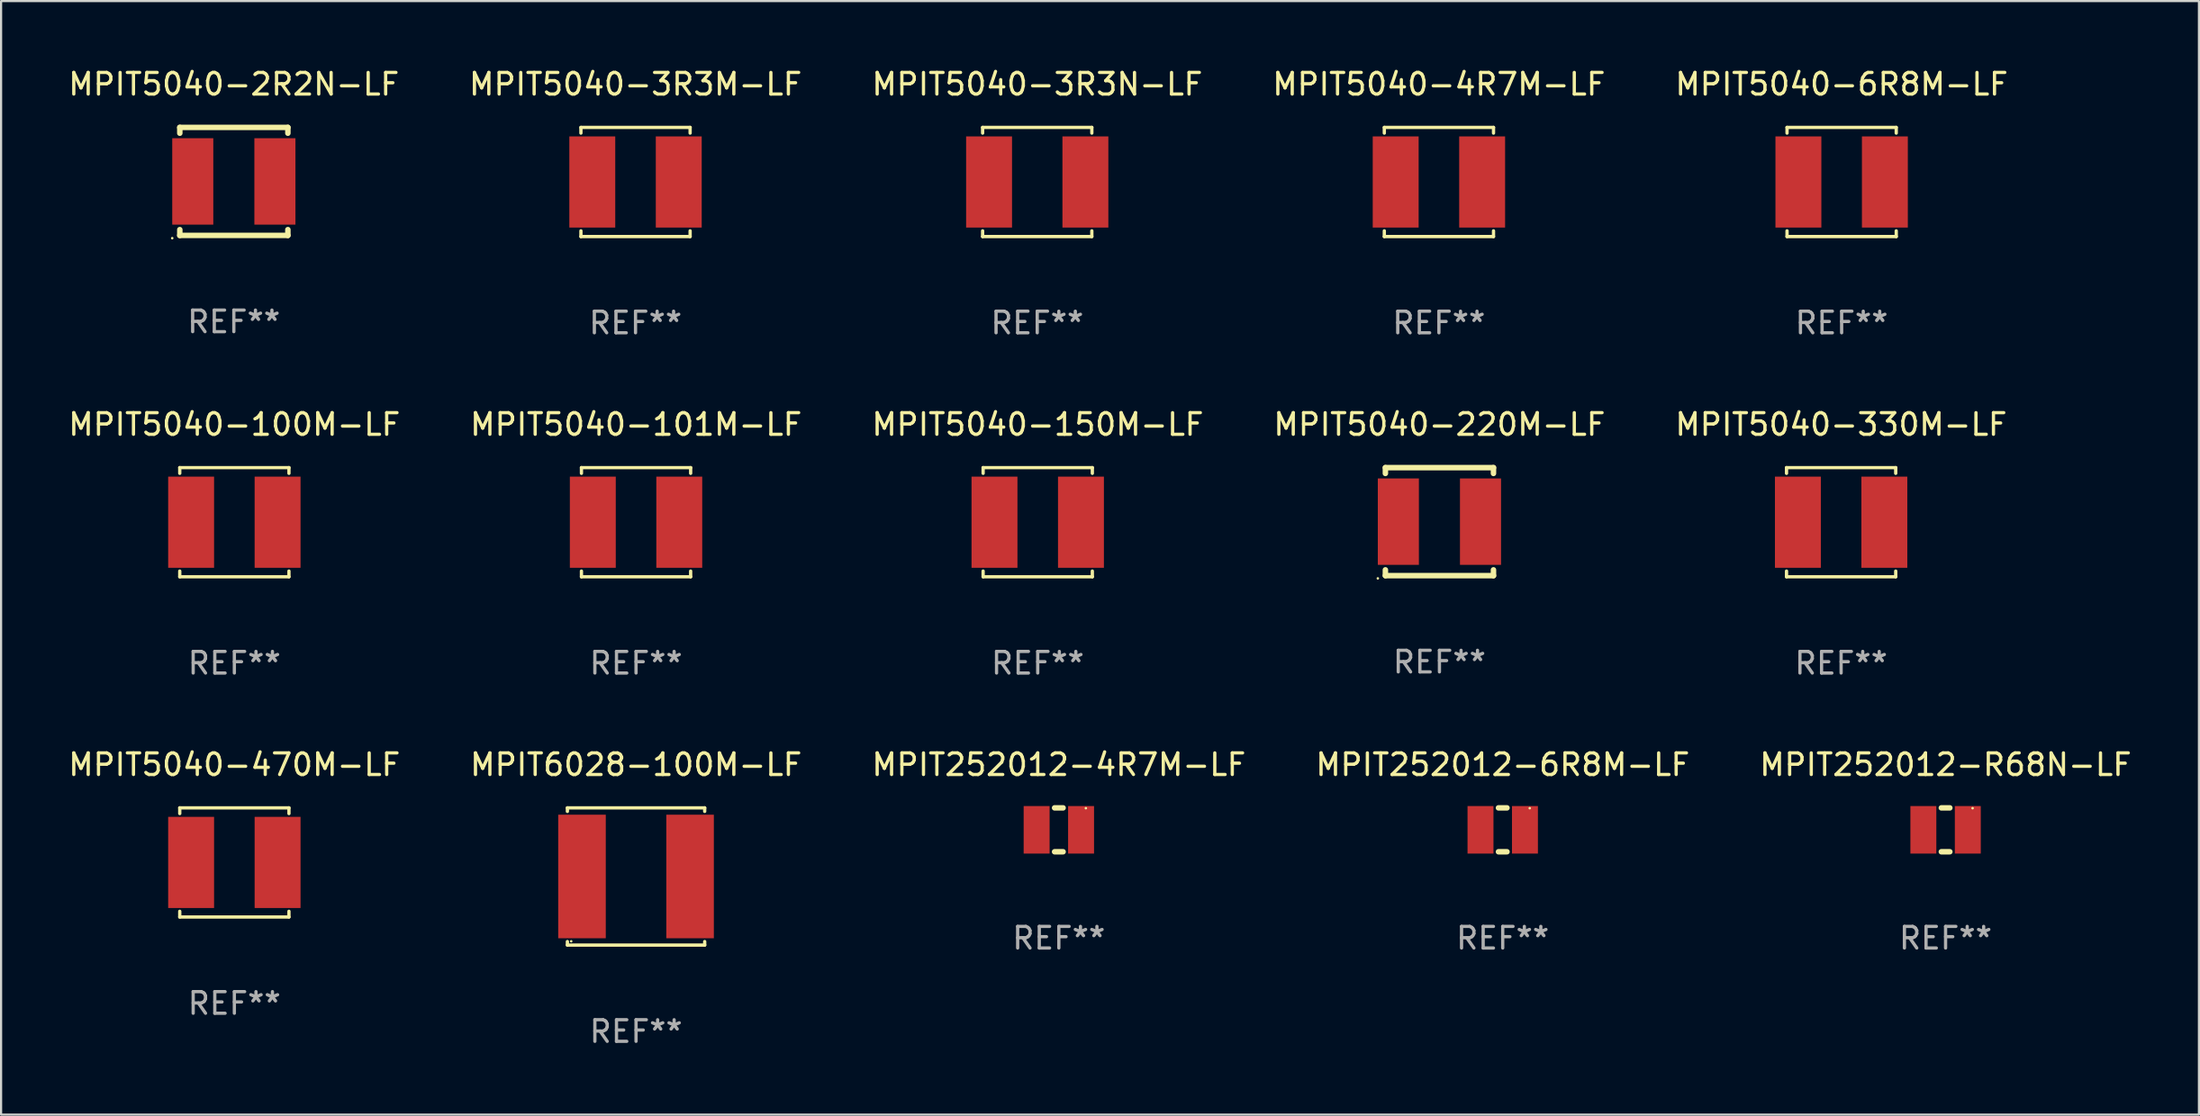
<source format=kicad_pcb>
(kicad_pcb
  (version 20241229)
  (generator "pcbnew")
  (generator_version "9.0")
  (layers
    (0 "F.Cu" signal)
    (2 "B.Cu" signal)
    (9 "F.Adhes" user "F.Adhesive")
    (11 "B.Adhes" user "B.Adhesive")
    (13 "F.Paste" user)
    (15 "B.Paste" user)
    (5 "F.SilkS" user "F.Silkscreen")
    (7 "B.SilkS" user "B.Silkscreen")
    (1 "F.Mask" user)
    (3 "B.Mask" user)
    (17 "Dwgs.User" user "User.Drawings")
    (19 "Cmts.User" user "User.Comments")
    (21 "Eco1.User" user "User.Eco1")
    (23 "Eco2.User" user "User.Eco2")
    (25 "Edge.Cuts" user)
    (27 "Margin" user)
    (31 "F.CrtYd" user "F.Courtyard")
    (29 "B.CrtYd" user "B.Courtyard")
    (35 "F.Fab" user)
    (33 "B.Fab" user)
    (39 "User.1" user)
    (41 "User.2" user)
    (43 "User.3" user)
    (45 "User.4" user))
  (footprint "MPIT5040-101M-LF"
    (layer "F.Cu")
    (at 26.375 21.123)
    (property "Reference" "MPIT5040-101M-LF" (at 0 -4.526 0) (layer "F.SilkS") (effects (font (size 1 1) (thickness 0.15))))
    (attr through_hole)
    (fp_line (start -2.526 -2.526) (end 2.526 -2.526) (stroke (width 0.152) (type solid)) (layer "F.SilkS"))
    (fp_line (start -2.526 -2.262) (end -2.526 -2.526) (stroke (width 0.152) (type solid)) (layer "F.SilkS"))
    (fp_line (start -2.526 2.262) (end -2.526 2.526) (stroke (width 0.152) (type solid)) (layer "F.SilkS"))
    (fp_line (start -2.526 2.526) (end 2.526 2.526) (stroke (width 0.152) (type solid)) (layer "F.SilkS"))
    (fp_line (start 2.526 -2.526) (end 2.526 -2.262) (stroke (width 0.152) (type solid)) (layer "F.SilkS"))
    (fp_line (start 2.526 2.526) (end 2.526 2.262) (stroke (width 0.152) (type solid)) (layer "F.SilkS"))
    (fp_circle (center 2.5 -2.5) (end 2.53 -2.5) (stroke (width 0.06) (type solid)) (fill no) (layer "F.SilkS"))
    (fp_text user "REF**" (at 0 6.526 0) (layer "F.Fab") (effects (font (size 1 1) (thickness 0.15))))
    (pad "1" smd rect (at 2 0) (size 2.124 4.22) (layers "F.Cu" "F.Mask" "F.Paste"))
    (pad "2" smd rect (at -2 0) (size 2.124 4.22) (layers "F.Cu" "F.Mask" "F.Paste")))
  (footprint "MPIT5040-150M-LF"
    (layer "F.Cu")
    (at 44.958 21.123)
    (property "Reference" "MPIT5040-150M-LF" (at 0 -4.526 0) (layer "F.SilkS") (effects (font (size 1 1) (thickness 0.15))))
    (attr through_hole)
    (fp_line (start -2.526 -2.526) (end 2.526 -2.526) (stroke (width 0.152) (type solid)) (layer "F.SilkS"))
    (fp_line (start -2.526 -2.262) (end -2.526 -2.526) (stroke (width 0.152) (type solid)) (layer "F.SilkS"))
    (fp_line (start -2.526 2.262) (end -2.526 2.526) (stroke (width 0.152) (type solid)) (layer "F.SilkS"))
    (fp_line (start -2.526 2.526) (end 2.526 2.526) (stroke (width 0.152) (type solid)) (layer "F.SilkS"))
    (fp_line (start 2.526 -2.526) (end 2.526 -2.262) (stroke (width 0.152) (type solid)) (layer "F.SilkS"))
    (fp_line (start 2.526 2.526) (end 2.526 2.262) (stroke (width 0.152) (type solid)) (layer "F.SilkS"))
    (fp_circle (center 2.5 -2.5) (end 2.53 -2.5) (stroke (width 0.06) (type solid)) (fill no) (layer "F.SilkS"))
    (fp_text user "REF**" (at 0 6.526 0) (layer "F.Fab") (effects (font (size 1 1) (thickness 0.15))))
    (pad "1" smd rect (at 2 0) (size 2.124 4.22) (layers "F.Cu" "F.Mask" "F.Paste"))
    (pad "2" smd rect (at -2 0) (size 2.124 4.22) (layers "F.Cu" "F.Mask" "F.Paste")))
  (footprint "MPIT5040-3R3N-LF"
    (layer "F.Cu")
    (at 44.935 5.374)
    (property "Reference" "MPIT5040-3R3N-LF" (at 0 -4.526 0) (layer "F.SilkS") (effects (font (size 1 1) (thickness 0.15))))
    (attr through_hole)
    (fp_line (start -2.526 -2.526) (end 2.526 -2.526) (stroke (width 0.152) (type solid)) (layer "F.SilkS"))
    (fp_line (start -2.526 -2.262) (end -2.526 -2.526) (stroke (width 0.152) (type solid)) (layer "F.SilkS"))
    (fp_line (start -2.526 2.262) (end -2.526 2.526) (stroke (width 0.152) (type solid)) (layer "F.SilkS"))
    (fp_line (start -2.526 2.526) (end 2.526 2.526) (stroke (width 0.152) (type solid)) (layer "F.SilkS"))
    (fp_line (start 2.526 -2.526) (end 2.526 -2.262) (stroke (width 0.152) (type solid)) (layer "F.SilkS"))
    (fp_line (start 2.526 2.526) (end 2.526 2.262) (stroke (width 0.152) (type solid)) (layer "F.SilkS"))
    (fp_circle (center 2.5 -2.5) (end 2.53 -2.5) (stroke (width 0.06) (type solid)) (fill no) (layer "F.SilkS"))
    (fp_text user "REF**" (at 0 6.526 0) (layer "F.Fab") (effects (font (size 1 1) (thickness 0.15))))
    (pad "1" smd rect (at 2.228 0) (size 2.124 4.22) (layers "F.Cu" "F.Mask" "F.Paste"))
    (pad "2" smd rect (at -2.228 0) (size 2.124 4.22) (layers "F.Cu" "F.Mask" "F.Paste")))
  (footprint "MPIT5040-100M-LF"
    (layer "F.Cu")
    (at 7.792 21.123)
    (property "Reference" "MPIT5040-100M-LF" (at 0 -4.526 0) (layer "F.SilkS") (effects (font (size 1 1) (thickness 0.15))))
    (attr through_hole)
    (fp_line (start -2.526 -2.526) (end 2.526 -2.526) (stroke (width 0.152) (type solid)) (layer "F.SilkS"))
    (fp_line (start -2.526 -2.262) (end -2.526 -2.526) (stroke (width 0.152) (type solid)) (layer "F.SilkS"))
    (fp_line (start -2.526 2.262) (end -2.526 2.526) (stroke (width 0.152) (type solid)) (layer "F.SilkS"))
    (fp_line (start -2.526 2.526) (end 2.526 2.526) (stroke (width 0.152) (type solid)) (layer "F.SilkS"))
    (fp_line (start 2.526 -2.526) (end 2.526 -2.262) (stroke (width 0.152) (type solid)) (layer "F.SilkS"))
    (fp_line (start 2.526 2.526) (end 2.526 2.262) (stroke (width 0.152) (type solid)) (layer "F.SilkS"))
    (fp_circle (center 2.5 -2.5) (end 2.53 -2.5) (stroke (width 0.06) (type solid)) (fill no) (layer "F.SilkS"))
    (fp_text user "REF**" (at 0 6.526 0) (layer "F.Fab") (effects (font (size 1 1) (thickness 0.15))))
    (pad "1" smd rect (at 2 0) (size 2.124 4.22) (layers "F.Cu" "F.Mask" "F.Paste"))
    (pad "2" smd rect (at -2 0) (size 2.124 4.22) (layers "F.Cu" "F.Mask" "F.Paste")))
  (footprint "MPIT5040-2R2N-LF"
    (layer "F.Cu")
    (at 7.768 5.348)
    (property "Reference" "MPIT5040-2R2N-LF" (at 0 -4.5 0) (layer "F.SilkS") (effects (font (size 1 1) (thickness 0.15))))
    (attr through_hole)
    (fp_line (start -2.5 -2.5) (end -2.5 -2.231) (stroke (width 0.254) (type solid)) (layer "F.SilkS"))
    (fp_line (start -2.5 -2.5) (end 2.5 -2.5) (stroke (width 0.254) (type solid)) (layer "F.SilkS"))
    (fp_line (start -2.5 2.231) (end -2.5 2.5) (stroke (width 0.254) (type solid)) (layer "F.SilkS"))
    (fp_line (start -2.5 2.5) (end 2.5 2.5) (stroke (width 0.254) (type solid)) (layer "F.SilkS"))
    (fp_line (start 2.5 -2.5) (end 2.5 -2.231) (stroke (width 0.254) (type solid)) (layer "F.SilkS"))
    (fp_line (start 2.5 2.231) (end 2.5 2.5) (stroke (width 0.254) (type solid)) (layer "F.SilkS"))
    (fp_circle (center -2.85 2.627) (end -2.82 2.627) (stroke (width 0.06) (type solid)) (fill no) (layer "F.SilkS"))
    (fp_text user "REF**" (at 0 6.5 0) (layer "F.Fab") (effects (font (size 1 1) (thickness 0.15))))
    (pad "1" smd rect (at -1.9 0) (size 1.9 4) (layers "F.Cu" "F.Mask" "F.Paste"))
    (pad "2" smd rect (at 1.9 0) (size 1.9 4) (layers "F.Cu" "F.Mask" "F.Paste")))
  (footprint "MPIT5040-4R7M-LF"
    (layer "F.Cu")
    (at 63.518 5.374)
    (property "Reference" "MPIT5040-4R7M-LF" (at 0 -4.526 0) (layer "F.SilkS") (effects (font (size 1 1) (thickness 0.15))))
    (attr through_hole)
    (fp_line (start -2.526 -2.526) (end 2.526 -2.526) (stroke (width 0.152) (type solid)) (layer "F.SilkS"))
    (fp_line (start -2.526 -2.262) (end -2.526 -2.526) (stroke (width 0.152) (type solid)) (layer "F.SilkS"))
    (fp_line (start -2.526 2.262) (end -2.526 2.526) (stroke (width 0.152) (type solid)) (layer "F.SilkS"))
    (fp_line (start -2.526 2.526) (end 2.526 2.526) (stroke (width 0.152) (type solid)) (layer "F.SilkS"))
    (fp_line (start 2.526 -2.526) (end 2.526 -2.262) (stroke (width 0.152) (type solid)) (layer "F.SilkS"))
    (fp_line (start 2.526 2.526) (end 2.526 2.262) (stroke (width 0.152) (type solid)) (layer "F.SilkS"))
    (fp_circle (center 2.5 -2.5) (end 2.53 -2.5) (stroke (width 0.06) (type solid)) (fill no) (layer "F.SilkS"))
    (fp_text user "REF**" (at 0 6.526 0) (layer "F.Fab") (effects (font (size 1 1) (thickness 0.15))))
    (pad "1" smd rect (at 2 0) (size 2.124 4.22) (layers "F.Cu" "F.Mask" "F.Paste"))
    (pad "2" smd rect (at -2 0) (size 2.124 4.22) (layers "F.Cu" "F.Mask" "F.Paste")))
  (footprint "MPIT5040-330M-LF"
    (layer "F.Cu")
    (at 82.125 21.123)
    (property "Reference" "MPIT5040-330M-LF" (at 0 -4.526 0) (layer "F.SilkS") (effects (font (size 1 1) (thickness 0.15))))
    (attr through_hole)
    (fp_line (start -2.526 -2.526) (end 2.526 -2.526) (stroke (width 0.152) (type solid)) (layer "F.SilkS"))
    (fp_line (start -2.526 -2.262) (end -2.526 -2.526) (stroke (width 0.152) (type solid)) (layer "F.SilkS"))
    (fp_line (start -2.526 2.262) (end -2.526 2.526) (stroke (width 0.152) (type solid)) (layer "F.SilkS"))
    (fp_line (start -2.526 2.526) (end 2.526 2.526) (stroke (width 0.152) (type solid)) (layer "F.SilkS"))
    (fp_line (start 2.526 -2.526) (end 2.526 -2.262) (stroke (width 0.152) (type solid)) (layer "F.SilkS"))
    (fp_line (start 2.526 2.526) (end 2.526 2.262) (stroke (width 0.152) (type solid)) (layer "F.SilkS"))
    (fp_circle (center 2.5 -2.5) (end 2.53 -2.5) (stroke (width 0.06) (type solid)) (fill no) (layer "F.SilkS"))
    (fp_text user "REF**" (at 0 6.526 0) (layer "F.Fab") (effects (font (size 1 1) (thickness 0.15))))
    (pad "1" smd rect (at 2 0) (size 2.124 4.22) (layers "F.Cu" "F.Mask" "F.Paste"))
    (pad "2" smd rect (at -2 0) (size 2.124 4.22) (layers "F.Cu" "F.Mask" "F.Paste")))
  (footprint "MPIT252012-R68N-LF"
    (layer "F.Cu")
    (at 86.958 35.362)
    (property "Reference" "MPIT252012-R68N-LF" (at 0 -3.016 0) (layer "F.SilkS") (effects (font (size 1 1) (thickness 0.15))))
    (attr through_hole)
    (fp_line (start -0.197 1.016) (end 0.197 1.016) (stroke (width 0.254) (type solid)) (layer "F.SilkS"))
    (fp_line (start 0.197 -1.016) (end -0.197 -1.016) (stroke (width 0.254) (type solid)) (layer "F.SilkS"))
    (fp_circle (center 1.25 -1) (end 1.28 -1) (stroke (width 0.06) (type solid)) (fill no) (layer "F.SilkS"))
    (fp_text user "REF**" (at 0 5.016 0) (layer "F.Fab") (effects (font (size 1 1) (thickness 0.15))))
    (pad "1" smd rect (at 1.028 0) (size 1.2 2.2) (layers "F.Cu" "F.Mask" "F.Paste"))
    (pad "2" smd rect (at -1.028 0) (size 1.2 2.2) (layers "F.Cu" "F.Mask" "F.Paste")))
  (footprint "MPIT5040-3R3M-LF"
    (layer "F.Cu")
    (at 26.351 5.374)
    (property "Reference" "MPIT5040-3R3M-LF" (at 0 -4.526 0) (layer "F.SilkS") (effects (font (size 1 1) (thickness 0.15))))
    (attr through_hole)
    (fp_line (start -2.526 -2.526) (end 2.526 -2.526) (stroke (width 0.152) (type solid)) (layer "F.SilkS"))
    (fp_line (start -2.526 -2.262) (end -2.526 -2.526) (stroke (width 0.152) (type solid)) (layer "F.SilkS"))
    (fp_line (start -2.526 2.262) (end -2.526 2.526) (stroke (width 0.152) (type solid)) (layer "F.SilkS"))
    (fp_line (start -2.526 2.526) (end 2.526 2.526) (stroke (width 0.152) (type solid)) (layer "F.SilkS"))
    (fp_line (start 2.526 -2.526) (end 2.526 -2.262) (stroke (width 0.152) (type solid)) (layer "F.SilkS"))
    (fp_line (start 2.526 2.526) (end 2.526 2.262) (stroke (width 0.152) (type solid)) (layer "F.SilkS"))
    (fp_circle (center 2.5 -2.5) (end 2.53 -2.5) (stroke (width 0.06) (type solid)) (fill no) (layer "F.SilkS"))
    (fp_text user "REF**" (at 0 6.526 0) (layer "F.Fab") (effects (font (size 1 1) (thickness 0.15))))
    (pad "1" smd rect (at 2 0) (size 2.124 4.22) (layers "F.Cu" "F.Mask" "F.Paste"))
    (pad "2" smd rect (at -2 0) (size 2.124 4.22) (layers "F.Cu" "F.Mask" "F.Paste")))
  (footprint "MPIT6028-100M-LF"
    (layer "F.Cu")
    (at 26.375 37.522)
    (property "Reference" "MPIT6028-100M-LF" (at 0 -5.176 0) (layer "F.SilkS") (effects (font (size 1 1) (thickness 0.15))))
    (attr through_hole)
    (fp_line (start -3.176 -3.176) (end 3.176 -3.176) (stroke (width 0.152) (type solid)) (layer "F.SilkS"))
    (fp_line (start -3.176 -3.012) (end -3.176 -3.176) (stroke (width 0.152) (type solid)) (layer "F.SilkS"))
    (fp_line (start -3.176 3.012) (end -3.176 3.176) (stroke (width 0.152) (type solid)) (layer "F.SilkS"))
    (fp_line (start -3.176 3.176) (end 3.176 3.176) (stroke (width 0.152) (type solid)) (layer "F.SilkS"))
    (fp_line (start 3.176 -3.176) (end 3.176 -3.012) (stroke (width 0.152) (type solid)) (layer "F.SilkS"))
    (fp_line (start 3.176 3.176) (end 3.176 3.012) (stroke (width 0.152) (type solid)) (layer "F.SilkS"))
    (fp_circle (center -3 3) (end -2.97 3) (stroke (width 0.06) (type solid)) (fill no) (layer "F.SilkS"))
    (fp_text user "REF**" (at 0 7.176 0) (layer "F.Fab") (effects (font (size 1 1) (thickness 0.15))))
    (pad "1" smd rect (at -2.5 0) (size 2.2 5.72) (layers "F.Cu" "F.Mask" "F.Paste"))
    (pad "2" smd rect (at 2.5 0) (size 2.2 5.72) (layers "F.Cu" "F.Mask" "F.Paste")))
  (footprint "MPIT252012-4R7M-LF"
    (layer "F.Cu")
    (at 45.935 35.362)
    (property "Reference" "MPIT252012-4R7M-LF" (at 0 -3.016 0) (layer "F.SilkS") (effects (font (size 1 1) (thickness 0.15))))
    (attr through_hole)
    (fp_line (start -0.197 1.016) (end 0.197 1.016) (stroke (width 0.254) (type solid)) (layer "F.SilkS"))
    (fp_line (start 0.197 -1.016) (end -0.197 -1.016) (stroke (width 0.254) (type solid)) (layer "F.SilkS"))
    (fp_circle (center 1.25 -1) (end 1.28 -1) (stroke (width 0.06) (type solid)) (fill no) (layer "F.SilkS"))
    (fp_text user "REF**" (at 0 5.016 0) (layer "F.Fab") (effects (font (size 1 1) (thickness 0.15))))
    (pad "1" smd rect (at 1.028 0) (size 1.2 2.2) (layers "F.Cu" "F.Mask" "F.Paste"))
    (pad "2" smd rect (at -1.028 0) (size 1.2 2.2) (layers "F.Cu" "F.Mask" "F.Paste")))
  (footprint "MPIT252012-6R8M-LF"
    (layer "F.Cu")
    (at 66.47 35.362)
    (property "Reference" "MPIT252012-6R8M-LF" (at 0 -3.016 0) (layer "F.SilkS") (effects (font (size 1 1) (thickness 0.15))))
    (attr through_hole)
    (fp_line (start -0.197 1.016) (end 0.197 1.016) (stroke (width 0.254) (type solid)) (layer "F.SilkS"))
    (fp_line (start 0.197 -1.016) (end -0.197 -1.016) (stroke (width 0.254) (type solid)) (layer "F.SilkS"))
    (fp_circle (center 1.25 -1) (end 1.28 -1) (stroke (width 0.06) (type solid)) (fill no) (layer "F.SilkS"))
    (fp_text user "REF**" (at 0 5.016 0) (layer "F.Fab") (effects (font (size 1 1) (thickness 0.15))))
    (pad "1" smd rect (at 1.028 0) (size 1.2 2.2) (layers "F.Cu" "F.Mask" "F.Paste"))
    (pad "2" smd rect (at -1.028 0) (size 1.2 2.2) (layers "F.Cu" "F.Mask" "F.Paste")))
  (footprint "MPIT5040-220M-LF"
    (layer "F.Cu")
    (at 63.542 21.097)
    (property "Reference" "MPIT5040-220M-LF" (at 0 -4.5 0) (layer "F.SilkS") (effects (font (size 1 1) (thickness 0.15))))
    (attr through_hole)
    (fp_line (start -2.5 -2.5) (end -2.5 -2.231) (stroke (width 0.254) (type solid)) (layer "F.SilkS"))
    (fp_line (start -2.5 -2.5) (end 2.5 -2.5) (stroke (width 0.254) (type solid)) (layer "F.SilkS"))
    (fp_line (start -2.5 2.231) (end -2.5 2.5) (stroke (width 0.254) (type solid)) (layer "F.SilkS"))
    (fp_line (start -2.5 2.5) (end 2.5 2.5) (stroke (width 0.254) (type solid)) (layer "F.SilkS"))
    (fp_line (start 2.5 -2.5) (end 2.5 -2.231) (stroke (width 0.254) (type solid)) (layer "F.SilkS"))
    (fp_line (start 2.5 2.231) (end 2.5 2.5) (stroke (width 0.254) (type solid)) (layer "F.SilkS"))
    (fp_circle (center -2.85 2.627) (end -2.82 2.627) (stroke (width 0.06) (type solid)) (fill no) (layer "F.SilkS"))
    (fp_text user "REF**" (at 0 6.5 0) (layer "F.Fab") (effects (font (size 1 1) (thickness 0.15))))
    (pad "1" smd rect (at -1.9 0) (size 1.9 4) (layers "F.Cu" "F.Mask" "F.Paste"))
    (pad "2" smd rect (at 1.9 0) (size 1.9 4) (layers "F.Cu" "F.Mask" "F.Paste")))
  (footprint "MPIT5040-470M-LF"
    (layer "F.Cu")
    (at 7.792 36.872)
    (property "Reference" "MPIT5040-470M-LF" (at 0 -4.526 0) (layer "F.SilkS") (effects (font (size 1 1) (thickness 0.15))))
    (attr through_hole)
    (fp_line (start -2.526 -2.526) (end 2.526 -2.526) (stroke (width 0.152) (type solid)) (layer "F.SilkS"))
    (fp_line (start -2.526 -2.262) (end -2.526 -2.526) (stroke (width 0.152) (type solid)) (layer "F.SilkS"))
    (fp_line (start -2.526 2.262) (end -2.526 2.526) (stroke (width 0.152) (type solid)) (layer "F.SilkS"))
    (fp_line (start -2.526 2.526) (end 2.526 2.526) (stroke (width 0.152) (type solid)) (layer "F.SilkS"))
    (fp_line (start 2.526 -2.526) (end 2.526 -2.262) (stroke (width 0.152) (type solid)) (layer "F.SilkS"))
    (fp_line (start 2.526 2.526) (end 2.526 2.262) (stroke (width 0.152) (type solid)) (layer "F.SilkS"))
    (fp_circle (center 2.5 -2.5) (end 2.53 -2.5) (stroke (width 0.06) (type solid)) (fill no) (layer "F.SilkS"))
    (fp_text user "REF**" (at 0 6.526 0) (layer "F.Fab") (effects (font (size 1 1) (thickness 0.15))))
    (pad "1" smd rect (at 2 0) (size 2.124 4.22) (layers "F.Cu" "F.Mask" "F.Paste"))
    (pad "2" smd rect (at -2 0) (size 2.124 4.22) (layers "F.Cu" "F.Mask" "F.Paste")))
  (footprint "MPIT5040-6R8M-LF"
    (layer "F.Cu")
    (at 82.149 5.374)
    (property "Reference" "MPIT5040-6R8M-LF" (at 0 -4.526 0) (layer "F.SilkS") (effects (font (size 1 1) (thickness 0.15))))
    (attr through_hole)
    (fp_line (start -2.526 -2.526) (end 2.526 -2.526) (stroke (width 0.152) (type solid)) (layer "F.SilkS"))
    (fp_line (start -2.526 -2.262) (end -2.526 -2.526) (stroke (width 0.152) (type solid)) (layer "F.SilkS"))
    (fp_line (start -2.526 2.262) (end -2.526 2.526) (stroke (width 0.152) (type solid)) (layer "F.SilkS"))
    (fp_line (start -2.526 2.526) (end 2.526 2.526) (stroke (width 0.152) (type solid)) (layer "F.SilkS"))
    (fp_line (start 2.526 -2.526) (end 2.526 -2.262) (stroke (width 0.152) (type solid)) (layer "F.SilkS"))
    (fp_line (start 2.526 2.526) (end 2.526 2.262) (stroke (width 0.152) (type solid)) (layer "F.SilkS"))
    (fp_circle (center 2.5 -2.5) (end 2.53 -2.5) (stroke (width 0.06) (type solid)) (fill no) (layer "F.SilkS"))
    (fp_text user "REF**" (at 0 6.526 0) (layer "F.Fab") (effects (font (size 1 1) (thickness 0.15))))
    (pad "1" smd rect (at 2 0) (size 2.124 4.22) (layers "F.Cu" "F.Mask" "F.Paste"))
    (pad "2" smd rect (at -2 0) (size 2.124 4.22) (layers "F.Cu" "F.Mask" "F.Paste")))
  (gr_rect
    (start -3 -3)
    (end 98.679 48.547)
    (stroke (width 0.1) (type default))
    (fill no)
    (layer "Edge.Cuts")))
</source>
